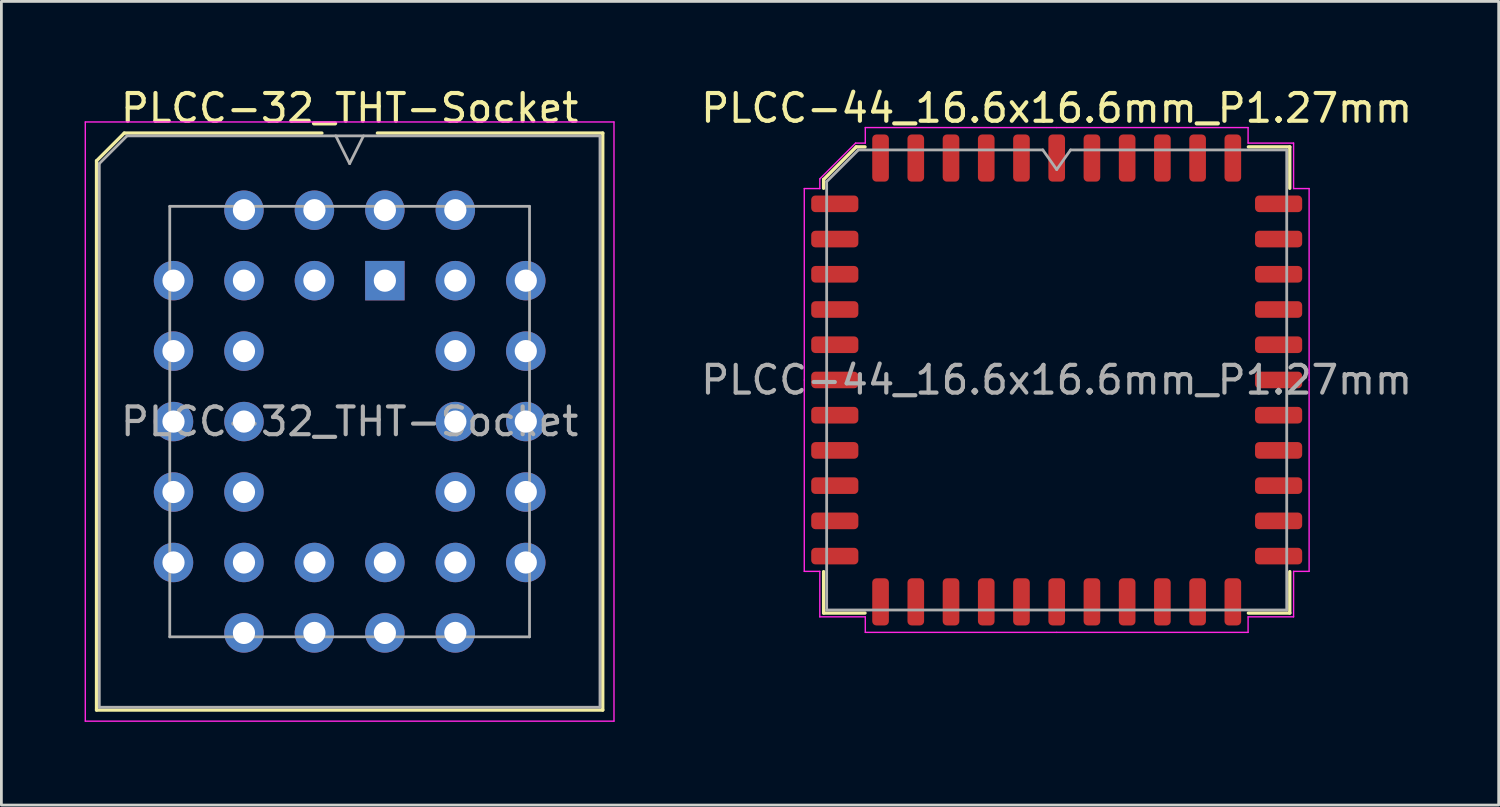
<source format=kicad_pcb>
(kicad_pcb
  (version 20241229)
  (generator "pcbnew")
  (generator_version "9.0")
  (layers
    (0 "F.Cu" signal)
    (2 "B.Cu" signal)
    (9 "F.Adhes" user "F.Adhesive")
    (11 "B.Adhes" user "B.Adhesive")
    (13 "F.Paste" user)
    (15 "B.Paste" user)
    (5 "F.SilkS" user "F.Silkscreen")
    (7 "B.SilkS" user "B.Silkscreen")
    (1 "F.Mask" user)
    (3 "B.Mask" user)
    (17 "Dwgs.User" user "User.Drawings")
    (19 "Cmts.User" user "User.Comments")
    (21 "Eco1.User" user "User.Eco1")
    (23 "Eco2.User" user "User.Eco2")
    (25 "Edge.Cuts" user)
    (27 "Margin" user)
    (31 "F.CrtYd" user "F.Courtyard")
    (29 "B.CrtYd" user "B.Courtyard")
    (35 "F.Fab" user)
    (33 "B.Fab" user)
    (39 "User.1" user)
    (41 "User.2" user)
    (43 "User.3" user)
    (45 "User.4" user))
  (footprint "PLCC-32_THT-Socket"
    (layer "F.Cu")
    (at 10.825 7.068)
    (property "Reference" "PLCC-32_THT-Socket" (at -1.27 -6.22 0) (layer "F.SilkS") (effects (font (size 1 1) (thickness 0.15))))
    (attr through_hole)
    (fp_line (start -10.395 -4.32) (end -10.395 15.48) (stroke (width 0.12) (type solid)) (layer "F.SilkS"))
    (fp_line (start -10.395 15.48) (end 7.855 15.48) (stroke (width 0.12) (type solid)) (layer "F.SilkS"))
    (fp_line (start -9.395 -5.32) (end -10.395 -4.32) (stroke (width 0.12) (type solid)) (layer "F.SilkS"))
    (fp_line (start -2.27 -5.32) (end -9.395 -5.32) (stroke (width 0.12) (type solid)) (layer "F.SilkS"))
    (fp_line (start 7.855 -5.32) (end -0.27 -5.32) (stroke (width 0.12) (type solid)) (layer "F.SilkS"))
    (fp_line (start 7.855 15.48) (end 7.855 -5.32) (stroke (width 0.12) (type solid)) (layer "F.SilkS"))
    (fp_line (start -10.8 -5.72) (end -10.8 15.88) (stroke (width 0.05) (type solid)) (layer "F.CrtYd"))
    (fp_line (start -10.8 15.88) (end 8.26 15.88) (stroke (width 0.05) (type solid)) (layer "F.CrtYd"))
    (fp_line (start 8.26 -5.72) (end -10.8 -5.72) (stroke (width 0.05) (type solid)) (layer "F.CrtYd"))
    (fp_line (start 8.26 15.88) (end 8.26 -5.72) (stroke (width 0.05) (type solid)) (layer "F.CrtYd"))
    (fp_line (start -10.295 -4.22) (end -10.295 15.38) (stroke (width 0.1) (type solid)) (layer "F.Fab"))
    (fp_line (start -10.295 15.38) (end 7.755 15.38) (stroke (width 0.1) (type solid)) (layer "F.Fab"))
    (fp_line (start -9.295 -5.22) (end -10.295 -4.22) (stroke (width 0.1) (type solid)) (layer "F.Fab"))
    (fp_line (start -7.755 -2.68) (end -7.755 12.84) (stroke (width 0.1) (type solid)) (layer "F.Fab"))
    (fp_line (start -7.755 12.84) (end 5.215 12.84) (stroke (width 0.1) (type solid)) (layer "F.Fab"))
    (fp_line (start -1.77 -5.22) (end -1.27 -4.22) (stroke (width 0.1) (type solid)) (layer "F.Fab"))
    (fp_line (start -1.27 -4.22) (end -0.77 -5.22) (stroke (width 0.1) (type solid)) (layer "F.Fab"))
    (fp_line (start 5.215 -2.68) (end -7.755 -2.68) (stroke (width 0.1) (type solid)) (layer "F.Fab"))
    (fp_line (start 5.215 12.84) (end 5.215 -2.68) (stroke (width 0.1) (type solid)) (layer "F.Fab"))
    (fp_line (start 7.755 -5.22) (end -9.295 -5.22) (stroke (width 0.1) (type solid)) (layer "F.Fab"))
    (fp_line (start 7.755 15.38) (end 7.755 -5.22) (stroke (width 0.1) (type solid)) (layer "F.Fab"))
    (fp_text user "${REFERENCE}" (at -1.27 5.08 0) (layer "F.Fab") (effects (font (size 1 1) (thickness 0.15))))
    (pad "1" thru_hole rect (at 0 0) (size 1.422 1.422) (drill 0.8) (layers "*.Cu" "*.Mask"))
    (pad "2" thru_hole circle (at -2.54 -2.54) (size 1.422 1.422) (drill 0.8) (layers "*.Cu" "*.Mask"))
    (pad "3" thru_hole circle (at -2.54 0) (size 1.422 1.422) (drill 0.8) (layers "*.Cu" "*.Mask"))
    (pad "4" thru_hole circle (at -5.08 -2.54) (size 1.422 1.422) (drill 0.8) (layers "*.Cu" "*.Mask"))
    (pad "5" thru_hole circle (at -7.62 0) (size 1.422 1.422) (drill 0.8) (layers "*.Cu" "*.Mask"))
    (pad "6" thru_hole circle (at -5.08 0) (size 1.422 1.422) (drill 0.8) (layers "*.Cu" "*.Mask"))
    (pad "7" thru_hole circle (at -7.62 2.54) (size 1.422 1.422) (drill 0.8) (layers "*.Cu" "*.Mask"))
    (pad "8" thru_hole circle (at -5.08 2.54) (size 1.422 1.422) (drill 0.8) (layers "*.Cu" "*.Mask"))
    (pad "9" thru_hole circle (at -7.62 5.08) (size 1.422 1.422) (drill 0.8) (layers "*.Cu" "*.Mask"))
    (pad "10" thru_hole circle (at -5.08 5.08) (size 1.422 1.422) (drill 0.8) (layers "*.Cu" "*.Mask"))
    (pad "11" thru_hole circle (at -7.62 7.62) (size 1.422 1.422) (drill 0.8) (layers "*.Cu" "*.Mask"))
    (pad "12" thru_hole circle (at -5.08 7.62) (size 1.422 1.422) (drill 0.8) (layers "*.Cu" "*.Mask"))
    (pad "13" thru_hole circle (at -7.62 10.16) (size 1.422 1.422) (drill 0.8) (layers "*.Cu" "*.Mask"))
    (pad "14" thru_hole circle (at -5.08 12.7) (size 1.422 1.422) (drill 0.8) (layers "*.Cu" "*.Mask"))
    (pad "15" thru_hole circle (at -5.08 10.16) (size 1.422 1.422) (drill 0.8) (layers "*.Cu" "*.Mask"))
    (pad "16" thru_hole circle (at -2.54 12.7) (size 1.422 1.422) (drill 0.8) (layers "*.Cu" "*.Mask"))
    (pad "17" thru_hole circle (at -2.54 10.16) (size 1.422 1.422) (drill 0.8) (layers "*.Cu" "*.Mask"))
    (pad "18" thru_hole circle (at 0 12.7) (size 1.422 1.422) (drill 0.8) (layers "*.Cu" "*.Mask"))
    (pad "19" thru_hole circle (at 0 10.16) (size 1.422 1.422) (drill 0.8) (layers "*.Cu" "*.Mask"))
    (pad "20" thru_hole circle (at 2.54 12.7) (size 1.422 1.422) (drill 0.8) (layers "*.Cu" "*.Mask"))
    (pad "21" thru_hole circle (at 5.08 10.16) (size 1.422 1.422) (drill 0.8) (layers "*.Cu" "*.Mask"))
    (pad "22" thru_hole circle (at 2.54 10.16) (size 1.422 1.422) (drill 0.8) (layers "*.Cu" "*.Mask"))
    (pad "23" thru_hole circle (at 5.08 7.62) (size 1.422 1.422) (drill 0.8) (layers "*.Cu" "*.Mask"))
    (pad "24" thru_hole circle (at 2.54 7.62) (size 1.422 1.422) (drill 0.8) (layers "*.Cu" "*.Mask"))
    (pad "25" thru_hole circle (at 5.08 5.08) (size 1.422 1.422) (drill 0.8) (layers "*.Cu" "*.Mask"))
    (pad "26" thru_hole circle (at 2.54 5.08) (size 1.422 1.422) (drill 0.8) (layers "*.Cu" "*.Mask"))
    (pad "27" thru_hole circle (at 5.08 2.54) (size 1.422 1.422) (drill 0.8) (layers "*.Cu" "*.Mask"))
    (pad "28" thru_hole circle (at 2.54 2.54) (size 1.422 1.422) (drill 0.8) (layers "*.Cu" "*.Mask"))
    (pad "29" thru_hole circle (at 5.08 0) (size 1.422 1.422) (drill 0.8) (layers "*.Cu" "*.Mask"))
    (pad "30" thru_hole circle (at 2.54 -2.54) (size 1.422 1.422) (drill 0.8) (layers "*.Cu" "*.Mask"))
    (pad "31" thru_hole circle (at 2.54 0) (size 1.422 1.422) (drill 0.8) (layers "*.Cu" "*.Mask"))
    (pad "32" thru_hole circle (at 0 -2.54) (size 1.422 1.422) (drill 0.8) (layers "*.Cu" "*.Mask")))
  (footprint "PLCC-44_16.6x16.6mm_P1.27mm"
    (layer "F.Cu")
    (at 35.045 10.648)
    (property "Reference" "PLCC-44_16.6x16.6mm_P1.27mm" (at 0 -9.8 0) (layer "F.SilkS") (effects (font (size 1 1) (thickness 0.15))))
    (attr smd)
    (fp_line (start -8.403 -7.228) (end -8.403 -6.91) (stroke (width 0.12) (type solid)) (layer "F.SilkS"))
    (fp_line (start -8.403 8.403) (end -8.403 6.91) (stroke (width 0.12) (type solid)) (layer "F.SilkS"))
    (fp_line (start -7.228 -8.403) (end -8.403 -7.228) (stroke (width 0.12) (type solid)) (layer "F.SilkS"))
    (fp_line (start -6.91 -8.403) (end -7.228 -8.403) (stroke (width 0.12) (type solid)) (layer "F.SilkS"))
    (fp_line (start -6.91 8.403) (end -8.403 8.403) (stroke (width 0.12) (type solid)) (layer "F.SilkS"))
    (fp_line (start 6.91 -8.403) (end 8.403 -8.403) (stroke (width 0.12) (type solid)) (layer "F.SilkS"))
    (fp_line (start 6.91 8.403) (end 8.403 8.403) (stroke (width 0.12) (type solid)) (layer "F.SilkS"))
    (fp_line (start 8.403 -8.403) (end 8.403 -6.91) (stroke (width 0.12) (type solid)) (layer "F.SilkS"))
    (fp_line (start 8.403 8.403) (end 8.403 6.91) (stroke (width 0.12) (type solid)) (layer "F.SilkS"))
    (fp_line (start -9.1 -6.9) (end -9.1 0) (stroke (width 0.05) (type solid)) (layer "F.CrtYd"))
    (fp_line (start -9.1 6.9) (end -9.1 0) (stroke (width 0.05) (type solid)) (layer "F.CrtYd"))
    (fp_line (start -8.54 -7.25) (end -8.54 -6.9) (stroke (width 0.05) (type solid)) (layer "F.CrtYd"))
    (fp_line (start -8.54 -6.9) (end -9.1 -6.9) (stroke (width 0.05) (type solid)) (layer "F.CrtYd"))
    (fp_line (start -8.54 6.9) (end -9.1 6.9) (stroke (width 0.05) (type solid)) (layer "F.CrtYd"))
    (fp_line (start -8.54 8.54) (end -8.54 6.9) (stroke (width 0.05) (type solid)) (layer "F.CrtYd"))
    (fp_line (start -7.25 -8.54) (end -8.54 -7.25) (stroke (width 0.05) (type solid)) (layer "F.CrtYd"))
    (fp_line (start -6.9 -9.1) (end -6.9 -8.54) (stroke (width 0.05) (type solid)) (layer "F.CrtYd"))
    (fp_line (start -6.9 -8.54) (end -7.25 -8.54) (stroke (width 0.05) (type solid)) (layer "F.CrtYd"))
    (fp_line (start -6.9 8.54) (end -8.54 8.54) (stroke (width 0.05) (type solid)) (layer "F.CrtYd"))
    (fp_line (start -6.9 9.1) (end -6.9 8.54) (stroke (width 0.05) (type solid)) (layer "F.CrtYd"))
    (fp_line (start 0 -9.1) (end -6.9 -9.1) (stroke (width 0.05) (type solid)) (layer "F.CrtYd"))
    (fp_line (start 0 -9.1) (end 6.9 -9.1) (stroke (width 0.05) (type solid)) (layer "F.CrtYd"))
    (fp_line (start 0 9.1) (end -6.9 9.1) (stroke (width 0.05) (type solid)) (layer "F.CrtYd"))
    (fp_line (start 0 9.1) (end 6.9 9.1) (stroke (width 0.05) (type solid)) (layer "F.CrtYd"))
    (fp_line (start 6.9 -9.1) (end 6.9 -8.54) (stroke (width 0.05) (type solid)) (layer "F.CrtYd"))
    (fp_line (start 6.9 -8.54) (end 8.54 -8.54) (stroke (width 0.05) (type solid)) (layer "F.CrtYd"))
    (fp_line (start 6.9 8.54) (end 8.54 8.54) (stroke (width 0.05) (type solid)) (layer "F.CrtYd"))
    (fp_line (start 6.9 9.1) (end 6.9 8.54) (stroke (width 0.05) (type solid)) (layer "F.CrtYd"))
    (fp_line (start 8.54 -8.54) (end 8.54 -6.9) (stroke (width 0.05) (type solid)) (layer "F.CrtYd"))
    (fp_line (start 8.54 -6.9) (end 9.1 -6.9) (stroke (width 0.05) (type solid)) (layer "F.CrtYd"))
    (fp_line (start 8.54 6.9) (end 9.1 6.9) (stroke (width 0.05) (type solid)) (layer "F.CrtYd"))
    (fp_line (start 8.54 8.54) (end 8.54 6.9) (stroke (width 0.05) (type solid)) (layer "F.CrtYd"))
    (fp_line (start 9.1 -6.9) (end 9.1 0) (stroke (width 0.05) (type solid)) (layer "F.CrtYd"))
    (fp_line (start 9.1 6.9) (end 9.1 0) (stroke (width 0.05) (type solid)) (layer "F.CrtYd"))
    (fp_line (start -8.293 -7.15) (end -7.15 -8.293) (stroke (width 0.1) (type solid)) (layer "F.Fab"))
    (fp_line (start -8.293 8.293) (end -8.293 -7.15) (stroke (width 0.1) (type solid)) (layer "F.Fab"))
    (fp_line (start -7.15 -8.293) (end -0.5 -8.293) (stroke (width 0.1) (type solid)) (layer "F.Fab"))
    (fp_line (start -0.5 -8.293) (end 0 -7.586) (stroke (width 0.1) (type solid)) (layer "F.Fab"))
    (fp_line (start 0 -7.586) (end 0.5 -8.293) (stroke (width 0.1) (type solid)) (layer "F.Fab"))
    (fp_line (start 0.5 -8.293) (end 8.293 -8.293) (stroke (width 0.1) (type solid)) (layer "F.Fab"))
    (fp_line (start 8.293 -8.293) (end 8.293 8.293) (stroke (width 0.1) (type solid)) (layer "F.Fab"))
    (fp_line (start 8.293 8.293) (end -8.293 8.293) (stroke (width 0.1) (type solid)) (layer "F.Fab"))
    (fp_text user "${REFERENCE}" (at 0 0 0) (layer "F.Fab") (effects (font (size 1 1) (thickness 0.15))))
    (pad "1" smd roundrect (at 0 -8) (size 0.6 1.7) (layers "F.Cu" "F.Mask" "F.Paste") (roundrect_rratio 0.25))
    (pad "2" smd roundrect (at -1.27 -8) (size 0.6 1.7) (layers "F.Cu" "F.Mask" "F.Paste") (roundrect_rratio 0.25))
    (pad "3" smd roundrect (at -2.54 -8) (size 0.6 1.7) (layers "F.Cu" "F.Mask" "F.Paste") (roundrect_rratio 0.25))
    (pad "4" smd roundrect (at -3.81 -8) (size 0.6 1.7) (layers "F.Cu" "F.Mask" "F.Paste") (roundrect_rratio 0.25))
    (pad "5" smd roundrect (at -5.08 -8) (size 0.6 1.7) (layers "F.Cu" "F.Mask" "F.Paste") (roundrect_rratio 0.25))
    (pad "6" smd roundrect (at -6.35 -8) (size 0.6 1.7) (layers "F.Cu" "F.Mask" "F.Paste") (roundrect_rratio 0.25))
    (pad "7" smd roundrect (at -8 -6.35) (size 1.7 0.6) (layers "F.Cu" "F.Mask" "F.Paste") (roundrect_rratio 0.25))
    (pad "8" smd roundrect (at -8 -5.08) (size 1.7 0.6) (layers "F.Cu" "F.Mask" "F.Paste") (roundrect_rratio 0.25))
    (pad "9" smd roundrect (at -8 -3.81) (size 1.7 0.6) (layers "F.Cu" "F.Mask" "F.Paste") (roundrect_rratio 0.25))
    (pad "10" smd roundrect (at -8 -2.54) (size 1.7 0.6) (layers "F.Cu" "F.Mask" "F.Paste") (roundrect_rratio 0.25))
    (pad "11" smd roundrect (at -8 -1.27) (size 1.7 0.6) (layers "F.Cu" "F.Mask" "F.Paste") (roundrect_rratio 0.25))
    (pad "12" smd roundrect (at -8 0) (size 1.7 0.6) (layers "F.Cu" "F.Mask" "F.Paste") (roundrect_rratio 0.25))
    (pad "13" smd roundrect (at -8 1.27) (size 1.7 0.6) (layers "F.Cu" "F.Mask" "F.Paste") (roundrect_rratio 0.25))
    (pad "14" smd roundrect (at -8 2.54) (size 1.7 0.6) (layers "F.Cu" "F.Mask" "F.Paste") (roundrect_rratio 0.25))
    (pad "15" smd roundrect (at -8 3.81) (size 1.7 0.6) (layers "F.Cu" "F.Mask" "F.Paste") (roundrect_rratio 0.25))
    (pad "16" smd roundrect (at -8 5.08) (size 1.7 0.6) (layers "F.Cu" "F.Mask" "F.Paste") (roundrect_rratio 0.25))
    (pad "17" smd roundrect (at -8 6.35) (size 1.7 0.6) (layers "F.Cu" "F.Mask" "F.Paste") (roundrect_rratio 0.25))
    (pad "18" smd roundrect (at -6.35 8) (size 0.6 1.7) (layers "F.Cu" "F.Mask" "F.Paste") (roundrect_rratio 0.25))
    (pad "19" smd roundrect (at -5.08 8) (size 0.6 1.7) (layers "F.Cu" "F.Mask" "F.Paste") (roundrect_rratio 0.25))
    (pad "20" smd roundrect (at -3.81 8) (size 0.6 1.7) (layers "F.Cu" "F.Mask" "F.Paste") (roundrect_rratio 0.25))
    (pad "21" smd roundrect (at -2.54 8) (size 0.6 1.7) (layers "F.Cu" "F.Mask" "F.Paste") (roundrect_rratio 0.25))
    (pad "22" smd roundrect (at -1.27 8) (size 0.6 1.7) (layers "F.Cu" "F.Mask" "F.Paste") (roundrect_rratio 0.25))
    (pad "23" smd roundrect (at 0 8) (size 0.6 1.7) (layers "F.Cu" "F.Mask" "F.Paste") (roundrect_rratio 0.25))
    (pad "24" smd roundrect (at 1.27 8) (size 0.6 1.7) (layers "F.Cu" "F.Mask" "F.Paste") (roundrect_rratio 0.25))
    (pad "25" smd roundrect (at 2.54 8) (size 0.6 1.7) (layers "F.Cu" "F.Mask" "F.Paste") (roundrect_rratio 0.25))
    (pad "26" smd roundrect (at 3.81 8) (size 0.6 1.7) (layers "F.Cu" "F.Mask" "F.Paste") (roundrect_rratio 0.25))
    (pad "27" smd roundrect (at 5.08 8) (size 0.6 1.7) (layers "F.Cu" "F.Mask" "F.Paste") (roundrect_rratio 0.25))
    (pad "28" smd roundrect (at 6.35 8) (size 0.6 1.7) (layers "F.Cu" "F.Mask" "F.Paste") (roundrect_rratio 0.25))
    (pad "29" smd roundrect (at 8 6.35) (size 1.7 0.6) (layers "F.Cu" "F.Mask" "F.Paste") (roundrect_rratio 0.25))
    (pad "30" smd roundrect (at 8 5.08) (size 1.7 0.6) (layers "F.Cu" "F.Mask" "F.Paste") (roundrect_rratio 0.25))
    (pad "31" smd roundrect (at 8 3.81) (size 1.7 0.6) (layers "F.Cu" "F.Mask" "F.Paste") (roundrect_rratio 0.25))
    (pad "32" smd roundrect (at 8 2.54) (size 1.7 0.6) (layers "F.Cu" "F.Mask" "F.Paste") (roundrect_rratio 0.25))
    (pad "33" smd roundrect (at 8 1.27) (size 1.7 0.6) (layers "F.Cu" "F.Mask" "F.Paste") (roundrect_rratio 0.25))
    (pad "34" smd roundrect (at 8 0) (size 1.7 0.6) (layers "F.Cu" "F.Mask" "F.Paste") (roundrect_rratio 0.25))
    (pad "35" smd roundrect (at 8 -1.27) (size 1.7 0.6) (layers "F.Cu" "F.Mask" "F.Paste") (roundrect_rratio 0.25))
    (pad "36" smd roundrect (at 8 -2.54) (size 1.7 0.6) (layers "F.Cu" "F.Mask" "F.Paste") (roundrect_rratio 0.25))
    (pad "37" smd roundrect (at 8 -3.81) (size 1.7 0.6) (layers "F.Cu" "F.Mask" "F.Paste") (roundrect_rratio 0.25))
    (pad "38" smd roundrect (at 8 -5.08) (size 1.7 0.6) (layers "F.Cu" "F.Mask" "F.Paste") (roundrect_rratio 0.25))
    (pad "39" smd roundrect (at 8 -6.35) (size 1.7 0.6) (layers "F.Cu" "F.Mask" "F.Paste") (roundrect_rratio 0.25))
    (pad "40" smd roundrect (at 6.35 -8) (size 0.6 1.7) (layers "F.Cu" "F.Mask" "F.Paste") (roundrect_rratio 0.25))
    (pad "41" smd roundrect (at 5.08 -8) (size 0.6 1.7) (layers "F.Cu" "F.Mask" "F.Paste") (roundrect_rratio 0.25))
    (pad "42" smd roundrect (at 3.81 -8) (size 0.6 1.7) (layers "F.Cu" "F.Mask" "F.Paste") (roundrect_rratio 0.25))
    (pad "43" smd roundrect (at 2.54 -8) (size 0.6 1.7) (layers "F.Cu" "F.Mask" "F.Paste") (roundrect_rratio 0.25))
    (pad "44" smd roundrect (at 1.27 -8) (size 0.6 1.7) (layers "F.Cu" "F.Mask" "F.Paste") (roundrect_rratio 0.25)))
  (gr_rect
    (start -3 -3)
    (end 50.979 25.973)
    (stroke (width 0.1) (type default))
    (fill no)
    (layer "Edge.Cuts")))
</source>
